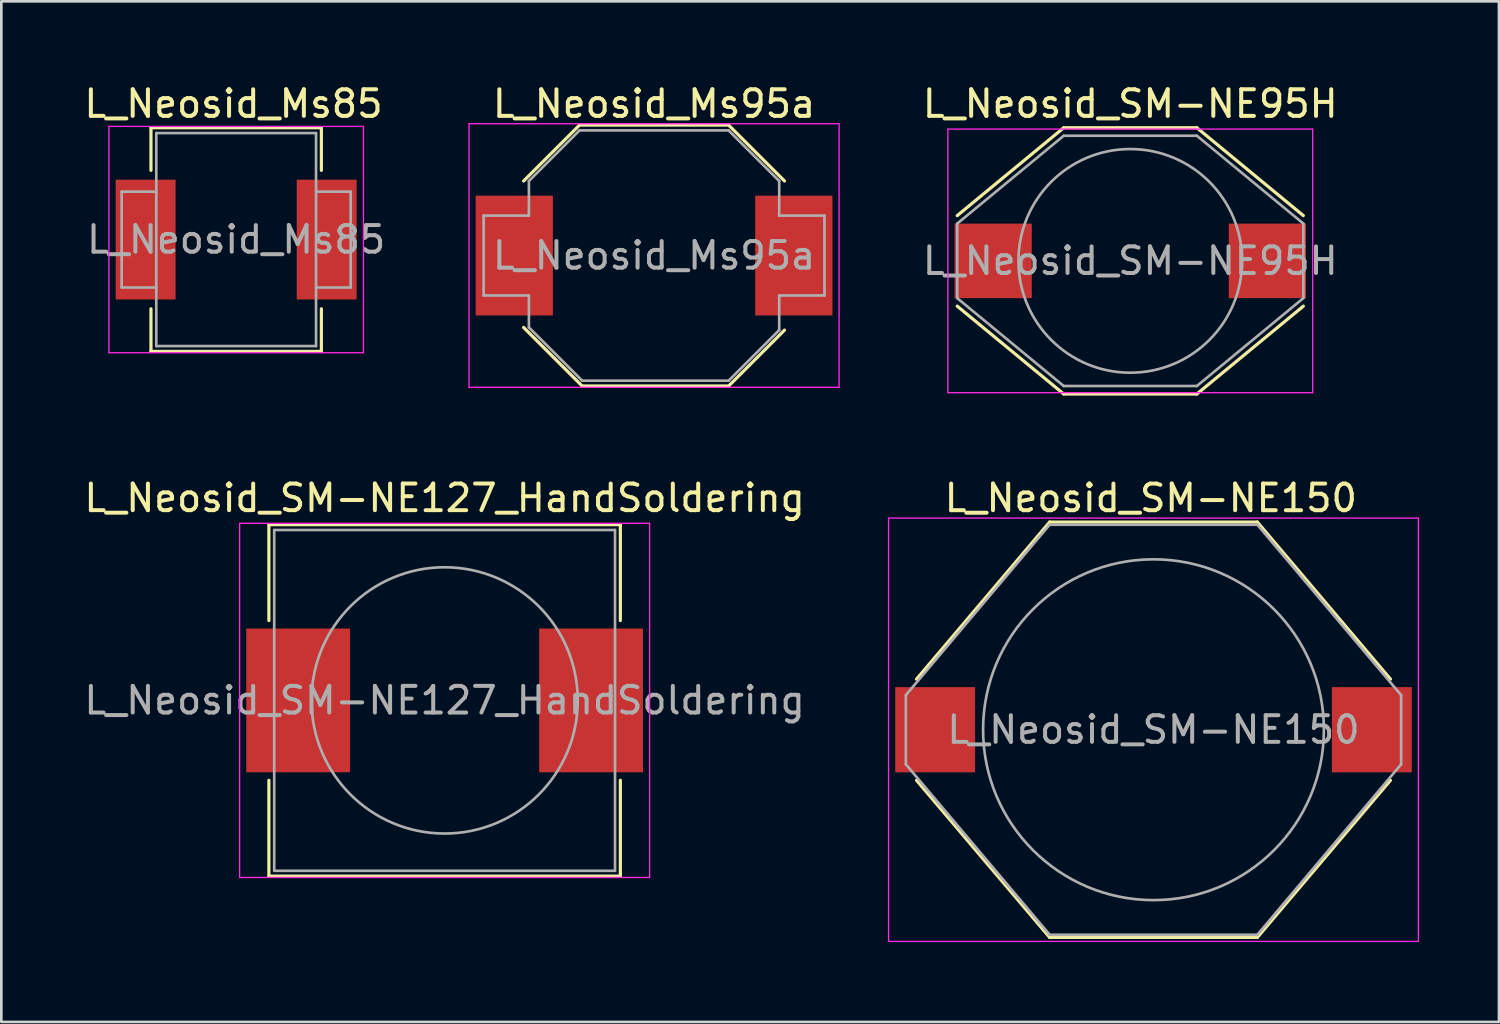
<source format=kicad_pcb>
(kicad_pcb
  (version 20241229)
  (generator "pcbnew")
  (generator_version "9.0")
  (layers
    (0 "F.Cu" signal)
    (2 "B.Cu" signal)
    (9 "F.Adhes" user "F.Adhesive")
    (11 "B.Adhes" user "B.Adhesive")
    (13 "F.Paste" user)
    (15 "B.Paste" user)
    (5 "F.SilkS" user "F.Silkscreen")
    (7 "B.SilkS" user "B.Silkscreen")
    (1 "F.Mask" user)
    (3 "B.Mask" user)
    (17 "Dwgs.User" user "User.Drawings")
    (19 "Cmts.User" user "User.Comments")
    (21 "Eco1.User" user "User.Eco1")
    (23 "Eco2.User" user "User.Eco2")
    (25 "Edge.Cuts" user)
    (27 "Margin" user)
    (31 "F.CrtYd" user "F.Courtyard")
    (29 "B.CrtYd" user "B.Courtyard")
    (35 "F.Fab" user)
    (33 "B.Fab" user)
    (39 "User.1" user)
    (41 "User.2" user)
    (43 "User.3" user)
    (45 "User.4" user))
  (footprint "L_Neosid_SM-NE95H"
    (layer "F.Cu")
    (at 39.401 6.748)
    (property "Reference" "L_Neosid_SM-NE95H" (at 0 -5.9 0) (layer "F.SilkS") (effects (font (size 1 1) (thickness 0.15))))
    (attr smd)
    (fp_line (start -6.5 -1.7) (end -2.5 -5) (stroke (width 0.12) (type solid)) (layer "F.SilkS"))
    (fp_line (start -2.5 -5) (end 2.5 -5) (stroke (width 0.12) (type solid)) (layer "F.SilkS"))
    (fp_line (start -2.5 5) (end -6.5 1.7) (stroke (width 0.12) (type solid)) (layer "F.SilkS"))
    (fp_line (start 2.5 -5) (end 6.5 -1.7) (stroke (width 0.12) (type solid)) (layer "F.SilkS"))
    (fp_line (start 2.5 5) (end -2.5 5) (stroke (width 0.12) (type solid)) (layer "F.SilkS"))
    (fp_line (start 6.5 1.7) (end 2.5 5) (stroke (width 0.12) (type solid)) (layer "F.SilkS"))
    (fp_line (start -6.85 -4.95) (end -6.85 4.95) (stroke (width 0.05) (type solid)) (layer "F.CrtYd"))
    (fp_line (start -6.85 -4.95) (end 6.85 -4.95) (stroke (width 0.05) (type solid)) (layer "F.CrtYd"))
    (fp_line (start 6.85 4.95) (end -6.85 4.95) (stroke (width 0.05) (type solid)) (layer "F.CrtYd"))
    (fp_line (start 6.85 4.95) (end 6.85 -4.95) (stroke (width 0.05) (type solid)) (layer "F.CrtYd"))
    (fp_line (start -6.5 -1.4) (end -2.5 -4.7) (stroke (width 0.1) (type solid)) (layer "F.Fab"))
    (fp_line (start -6.5 1.4) (end -6.5 -1.4) (stroke (width 0.1) (type solid)) (layer "F.Fab"))
    (fp_line (start -2.5 -4.7) (end 2.5 -4.7) (stroke (width 0.1) (type solid)) (layer "F.Fab"))
    (fp_line (start -2.5 4.7) (end -6.5 1.4) (stroke (width 0.1) (type solid)) (layer "F.Fab"))
    (fp_line (start 2.5 -4.7) (end 6.5 -1.4) (stroke (width 0.1) (type solid)) (layer "F.Fab"))
    (fp_line (start 2.5 4.7) (end -2.5 4.7) (stroke (width 0.1) (type solid)) (layer "F.Fab"))
    (fp_line (start 6.5 -1.4) (end 6.5 1.4) (stroke (width 0.1) (type solid)) (layer "F.Fab"))
    (fp_line (start 6.5 1.4) (end 2.5 4.7) (stroke (width 0.1) (type solid)) (layer "F.Fab"))
    (fp_circle (center 0 0) (end 0 -4.2) (stroke (width 0.1) (type solid)) (fill no) (layer "F.Fab"))
    (fp_text user "${REFERENCE}" (at 0 0 0) (layer "F.Fab") (effects (font (size 1 1) (thickness 0.15))))
    (pad "1" smd rect (at -5.15 0) (size 2.9 2.8) (layers "F.Cu" "F.Mask" "F.Paste"))
    (pad "2" smd rect (at 5.15 0) (size 2.9 2.8) (layers "F.Cu" "F.Mask" "F.Paste")))
  (footprint "L_Neosid_SM-NE150"
    (layer "F.Cu")
    (at 40.273 24.357)
    (property "Reference" "L_Neosid_SM-NE150" (at -0.1 -8.7 0) (layer "F.SilkS") (effects (font (size 1 1) (thickness 0.15))))
    (attr smd)
    (fp_line (start -8.9 1.9) (end -3.9 7.8) (stroke (width 0.12) (type solid)) (layer "F.SilkS"))
    (fp_line (start -3.9 -7.8) (end -8.9 -1.9) (stroke (width 0.12) (type solid)) (layer "F.SilkS"))
    (fp_line (start -3.9 -7.8) (end 3.9 -7.8) (stroke (width 0.12) (type solid)) (layer "F.SilkS"))
    (fp_line (start -3.9 7.8) (end 3.9 7.8) (stroke (width 0.12) (type solid)) (layer "F.SilkS"))
    (fp_line (start 3.9 -7.8) (end 8.9 -1.9) (stroke (width 0.12) (type solid)) (layer "F.SilkS"))
    (fp_line (start 3.9 7.8) (end 8.9 1.9) (stroke (width 0.12) (type solid)) (layer "F.SilkS"))
    (fp_line (start -9.95 -7.95) (end -9.95 7.95) (stroke (width 0.05) (type solid)) (layer "F.CrtYd"))
    (fp_line (start -9.95 -7.95) (end 9.95 -7.95) (stroke (width 0.05) (type solid)) (layer "F.CrtYd"))
    (fp_line (start 9.95 7.95) (end -9.95 7.95) (stroke (width 0.05) (type solid)) (layer "F.CrtYd"))
    (fp_line (start 9.95 7.95) (end 9.95 -7.95) (stroke (width 0.05) (type solid)) (layer "F.CrtYd"))
    (fp_line (start -9.3 -1.3) (end -3.9 -7.7) (stroke (width 0.1) (type solid)) (layer "F.Fab"))
    (fp_line (start -9.3 1.3) (end -9.3 -1.3) (stroke (width 0.1) (type solid)) (layer "F.Fab"))
    (fp_line (start -3.9 -7.7) (end 3.9 -7.7) (stroke (width 0.1) (type solid)) (layer "F.Fab"))
    (fp_line (start -3.9 7.7) (end -9.3 1.3) (stroke (width 0.1) (type solid)) (layer "F.Fab"))
    (fp_line (start 3.9 -7.7) (end 9.3 -1.3) (stroke (width 0.1) (type solid)) (layer "F.Fab"))
    (fp_line (start 3.9 7.7) (end -3.9 7.7) (stroke (width 0.1) (type solid)) (layer "F.Fab"))
    (fp_line (start 9.3 -1.3) (end 9.3 1.3) (stroke (width 0.1) (type solid)) (layer "F.Fab"))
    (fp_line (start 9.3 1.3) (end 3.9 7.7) (stroke (width 0.1) (type solid)) (layer "F.Fab"))
    (fp_circle (center 0 0) (end -6.4 0) (stroke (width 0.1) (type solid)) (fill no) (layer "F.Fab"))
    (fp_text user "${REFERENCE}" (at 0 0 0) (layer "F.Fab") (effects (font (size 1 1) (thickness 0.15))))
    (pad "1" smd rect (at -8.2 0 180) (size 3 3.2) (layers "F.Cu" "F.Mask" "F.Paste"))
    (pad "2" smd rect (at 8.2 0) (size 3 3.2) (layers "F.Cu" "F.Mask" "F.Paste")))
  (footprint "L_Neosid_Ms95a"
    (layer "F.Cu")
    (at 21.515 6.548)
    (property "Reference" "L_Neosid_Ms95a" (at 0 -5.7 0) (layer "F.SilkS") (effects (font (size 1 1) (thickness 0.15))))
    (attr smd)
    (fp_line (start -4.9 -2.8) (end -2.8 -4.9) (stroke (width 0.12) (type solid)) (layer "F.SilkS"))
    (fp_line (start -2.8 -4.9) (end 2.8 -4.9) (stroke (width 0.12) (type solid)) (layer "F.SilkS"))
    (fp_line (start -2.7 4.9) (end -4.9 2.7) (stroke (width 0.12) (type solid)) (layer "F.SilkS"))
    (fp_line (start -2.7 4.9) (end 2.8 4.9) (stroke (width 0.12) (type solid)) (layer "F.SilkS"))
    (fp_line (start 2.8 -4.9) (end 4.9 -2.8) (stroke (width 0.12) (type solid)) (layer "F.SilkS"))
    (fp_line (start 2.8 4.9) (end 4.9 2.8) (stroke (width 0.12) (type solid)) (layer "F.SilkS"))
    (fp_line (start -6.95 -4.95) (end -6.95 4.95) (stroke (width 0.05) (type solid)) (layer "F.CrtYd"))
    (fp_line (start -6.95 -4.95) (end 6.95 -4.95) (stroke (width 0.05) (type solid)) (layer "F.CrtYd"))
    (fp_line (start 6.95 4.95) (end -6.95 4.95) (stroke (width 0.05) (type solid)) (layer "F.CrtYd"))
    (fp_line (start 6.95 4.95) (end 6.95 -4.95) (stroke (width 0.05) (type solid)) (layer "F.CrtYd"))
    (fp_line (start -6.4 -1.5) (end -6.4 1.5) (stroke (width 0.1) (type solid)) (layer "F.Fab"))
    (fp_line (start -6.4 -1.5) (end -4.7 -1.5) (stroke (width 0.1) (type solid)) (layer "F.Fab"))
    (fp_line (start -6.4 1.5) (end -4.7 1.5) (stroke (width 0.1) (type solid)) (layer "F.Fab"))
    (fp_line (start -4.7 -1.5) (end -4.7 -2.8) (stroke (width 0.1) (type solid)) (layer "F.Fab"))
    (fp_line (start -4.7 1.5) (end -4.7 2.7) (stroke (width 0.1) (type solid)) (layer "F.Fab"))
    (fp_line (start -4.7 2.7) (end -2.7 4.7) (stroke (width 0.1) (type solid)) (layer "F.Fab"))
    (fp_line (start -2.8 -4.7) (end -4.7 -2.8) (stroke (width 0.1) (type solid)) (layer "F.Fab"))
    (fp_line (start 2.8 -4.7) (end -2.8 -4.7) (stroke (width 0.1) (type solid)) (layer "F.Fab"))
    (fp_line (start 2.8 4.7) (end -2.7 4.7) (stroke (width 0.1) (type solid)) (layer "F.Fab"))
    (fp_line (start 4.7 -2.8) (end 2.8 -4.7) (stroke (width 0.1) (type solid)) (layer "F.Fab"))
    (fp_line (start 4.7 -1.5) (end 4.7 -2.8) (stroke (width 0.1) (type solid)) (layer "F.Fab"))
    (fp_line (start 4.7 1.5) (end 6.4 1.5) (stroke (width 0.1) (type solid)) (layer "F.Fab"))
    (fp_line (start 4.7 2.8) (end 2.8 4.7) (stroke (width 0.1) (type solid)) (layer "F.Fab"))
    (fp_line (start 4.7 2.8) (end 4.7 1.5) (stroke (width 0.1) (type solid)) (layer "F.Fab"))
    (fp_line (start 6.4 -1.5) (end 4.7 -1.5) (stroke (width 0.1) (type solid)) (layer "F.Fab"))
    (fp_line (start 6.4 1.5) (end 6.4 -1.5) (stroke (width 0.1) (type solid)) (layer "F.Fab"))
    (fp_text user "${REFERENCE}" (at 0 0 0) (layer "F.Fab") (effects (font (size 1 1) (thickness 0.15))))
    (pad "1" smd rect (at -5.25 0) (size 2.9 4.5) (layers "F.Cu" "F.Mask" "F.Paste"))
    (pad "2" smd rect (at 5.25 0) (size 2.9 4.5) (layers "F.Cu" "F.Mask" "F.Paste")))
  (footprint "L_Neosid_SM-NE127_HandSoldering"
    (layer "F.Cu")
    (at 13.649 23.256)
    (property "Reference" "L_Neosid_SM-NE127_HandSoldering" (at 0 -7.6 0) (layer "F.SilkS") (effects (font (size 1 1) (thickness 0.15))))
    (attr smd)
    (fp_line (start -6.6 -6.6) (end 6.6 -6.6) (stroke (width 0.12) (type solid)) (layer "F.SilkS"))
    (fp_line (start -6.6 -3) (end -6.6 -6.6) (stroke (width 0.12) (type solid)) (layer "F.SilkS"))
    (fp_line (start -6.6 6.6) (end -6.6 3) (stroke (width 0.12) (type solid)) (layer "F.SilkS"))
    (fp_line (start 6.6 -6.6) (end 6.6 -3) (stroke (width 0.12) (type solid)) (layer "F.SilkS"))
    (fp_line (start 6.6 3) (end 6.6 6.6) (stroke (width 0.12) (type solid)) (layer "F.SilkS"))
    (fp_line (start 6.6 6.6) (end -6.6 6.6) (stroke (width 0.12) (type solid)) (layer "F.SilkS"))
    (fp_line (start -7.7 -6.65) (end -7.7 6.65) (stroke (width 0.05) (type solid)) (layer "F.CrtYd"))
    (fp_line (start -7.7 -6.65) (end 7.7 -6.65) (stroke (width 0.05) (type solid)) (layer "F.CrtYd"))
    (fp_line (start 7.7 6.65) (end -7.7 6.65) (stroke (width 0.05) (type solid)) (layer "F.CrtYd"))
    (fp_line (start 7.7 6.65) (end 7.7 -6.65) (stroke (width 0.05) (type solid)) (layer "F.CrtYd"))
    (fp_line (start -6.4 -6.4) (end 6.4 -6.4) (stroke (width 0.1) (type solid)) (layer "F.Fab"))
    (fp_line (start -6.4 6.4) (end -6.4 -6.4) (stroke (width 0.1) (type solid)) (layer "F.Fab"))
    (fp_line (start 6.4 -6.4) (end 6.4 6.4) (stroke (width 0.1) (type solid)) (layer "F.Fab"))
    (fp_line (start 6.4 6.4) (end -6.4 6.4) (stroke (width 0.1) (type solid)) (layer "F.Fab"))
    (fp_circle (center 0 0) (end 5 0) (stroke (width 0.1) (type solid)) (fill no) (layer "F.Fab"))
    (fp_text user "${REFERENCE}" (at 0 0 0) (layer "F.Fab") (effects (font (size 1 1) (thickness 0.15))))
    (pad "1" smd rect (at -5.5 0) (size 3.9 5.4) (layers "F.Cu" "F.Mask" "F.Paste"))
    (pad "2" smd rect (at 5.5 0) (size 3.9 5.4) (layers "F.Cu" "F.Mask" "F.Paste")))
  (footprint "L_Neosid_Ms85"
    (layer "F.Cu")
    (at 5.82 5.948)
    (property "Reference" "L_Neosid_Ms85" (at -0.1 -5.1 0) (layer "F.SilkS") (effects (font (size 1 1) (thickness 0.15))))
    (attr smd)
    (fp_line (start -3.2 -4.2) (end -3.2 -2.6) (stroke (width 0.12) (type solid)) (layer "F.SilkS"))
    (fp_line (start -3.2 2.6) (end -3.2 4.2) (stroke (width 0.12) (type solid)) (layer "F.SilkS"))
    (fp_line (start -3.2 4.2) (end 3.2 4.2) (stroke (width 0.12) (type solid)) (layer "F.SilkS"))
    (fp_line (start 3.2 -4.2) (end -3.2 -4.2) (stroke (width 0.12) (type solid)) (layer "F.SilkS"))
    (fp_line (start 3.2 -2.6) (end 3.2 -4.2) (stroke (width 0.12) (type solid)) (layer "F.SilkS"))
    (fp_line (start 3.2 4.2) (end 3.2 2.6) (stroke (width 0.12) (type solid)) (layer "F.SilkS"))
    (fp_line (start -4.78 -4.25) (end -4.78 4.25) (stroke (width 0.05) (type solid)) (layer "F.CrtYd"))
    (fp_line (start -4.78 -4.25) (end 4.78 -4.25) (stroke (width 0.05) (type solid)) (layer "F.CrtYd"))
    (fp_line (start 4.78 4.25) (end -4.78 4.25) (stroke (width 0.05) (type solid)) (layer "F.CrtYd"))
    (fp_line (start 4.78 4.25) (end 4.78 -4.25) (stroke (width 0.05) (type solid)) (layer "F.CrtYd"))
    (fp_line (start -4.3 -1.8) (end -4.3 1.8) (stroke (width 0.1) (type solid)) (layer "F.Fab"))
    (fp_line (start -4.3 -1.8) (end -3 -1.8) (stroke (width 0.1) (type solid)) (layer "F.Fab"))
    (fp_line (start -4.3 1.8) (end -3 1.8) (stroke (width 0.1) (type solid)) (layer "F.Fab"))
    (fp_line (start -3 -4) (end 3 -4) (stroke (width 0.1) (type solid)) (layer "F.Fab"))
    (fp_line (start -3 4) (end -3 -4) (stroke (width 0.1) (type solid)) (layer "F.Fab"))
    (fp_line (start 3 -4) (end 3 4) (stroke (width 0.1) (type solid)) (layer "F.Fab"))
    (fp_line (start 3 1.8) (end 4.3 1.8) (stroke (width 0.1) (type solid)) (layer "F.Fab"))
    (fp_line (start 3 4) (end -3 4) (stroke (width 0.1) (type solid)) (layer "F.Fab"))
    (fp_line (start 4.3 -1.8) (end 3 -1.8) (stroke (width 0.1) (type solid)) (layer "F.Fab"))
    (fp_line (start 4.3 1.8) (end 4.3 -1.8) (stroke (width 0.1) (type solid)) (layer "F.Fab"))
    (fp_text user "${REFERENCE}" (at 0 0 0) (layer "F.Fab") (effects (font (size 1 1) (thickness 0.15))))
    (pad "1" smd rect (at -3.4 0) (size 2.25 4.5) (layers "F.Cu" "F.Mask" "F.Paste"))
    (pad "2" smd rect (at 3.4 0) (size 2.25 4.5) (layers "F.Cu" "F.Mask" "F.Paste")))
  (gr_rect
    (start -3 -3)
    (end 53.248 35.331)
    (stroke (width 0.1) (type default))
    (fill no)
    (layer "Edge.Cuts")))
</source>
